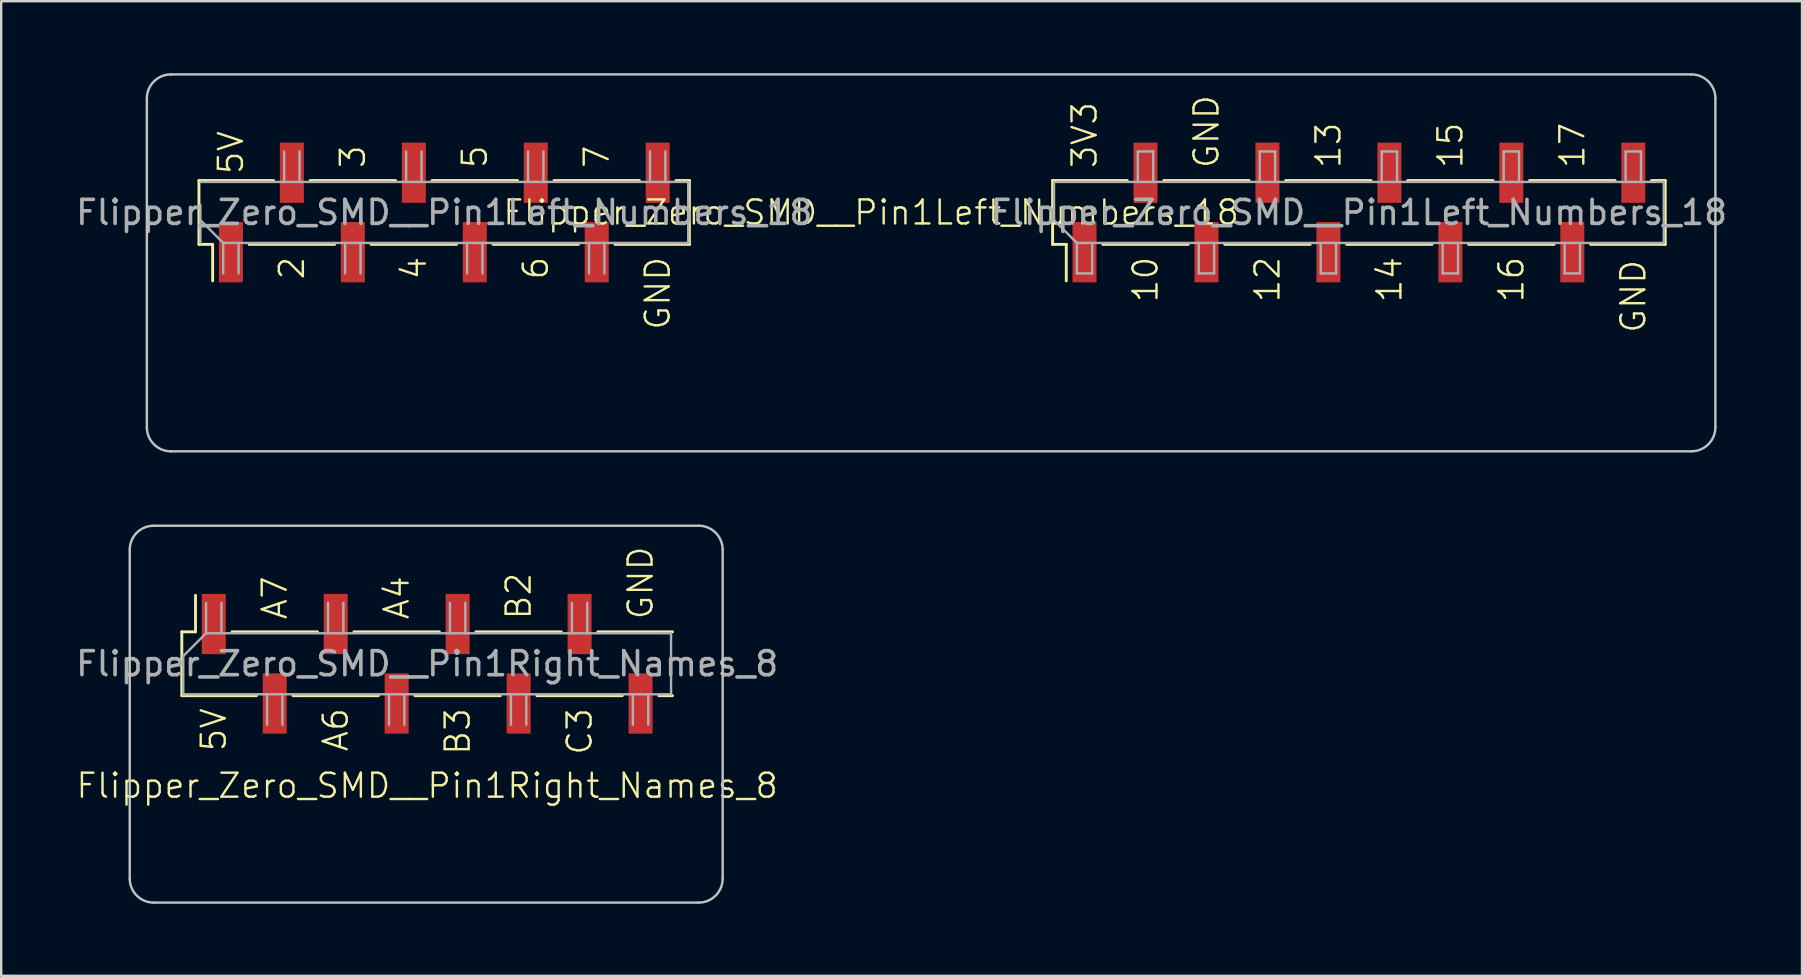
<source format=kicad_pcb>
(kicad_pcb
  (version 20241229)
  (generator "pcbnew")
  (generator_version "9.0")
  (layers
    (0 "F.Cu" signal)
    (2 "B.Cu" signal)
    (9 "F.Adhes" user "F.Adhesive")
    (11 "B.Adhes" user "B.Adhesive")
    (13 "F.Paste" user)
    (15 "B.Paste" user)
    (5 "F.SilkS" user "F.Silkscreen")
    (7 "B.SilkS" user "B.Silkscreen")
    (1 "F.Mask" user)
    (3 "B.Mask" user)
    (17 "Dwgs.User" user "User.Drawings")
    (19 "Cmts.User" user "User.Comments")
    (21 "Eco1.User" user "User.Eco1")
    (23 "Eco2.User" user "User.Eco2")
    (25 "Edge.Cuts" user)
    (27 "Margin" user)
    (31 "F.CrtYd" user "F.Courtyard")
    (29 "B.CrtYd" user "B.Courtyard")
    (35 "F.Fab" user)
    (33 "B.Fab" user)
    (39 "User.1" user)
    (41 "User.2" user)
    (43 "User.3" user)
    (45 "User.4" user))
  (footprint "Flipper_Zero_SMD__Pin1Left_Numbers_18"
    (layer "F.Cu")
    (at 6.568 5.8)
    (property "Reference" "Flipper_Zero_SMD__Pin1Left_Numbers_18" (at 26.67 0 0) (unlocked yes) (layer "F.SilkS") (effects (font (size 1 1) (thickness 0.1))))
    (attr smd)
    (fp_line (start -1.33 -1.33) (end 1.78 -1.33) (stroke (width 0.12) (type solid)) (layer "F.SilkS"))
    (fp_line (start -1.33 1.33) (end -1.33 -1.33) (stroke (width 0.12) (type solid)) (layer "F.SilkS"))
    (fp_line (start -1.33 1.33) (end -0.76 1.33) (stroke (width 0.12) (type solid)) (layer "F.SilkS"))
    (fp_line (start -0.76 1.33) (end -0.76 2.85) (stroke (width 0.12) (type solid)) (layer "F.SilkS"))
    (fp_line (start 0.76 1.33) (end 4.32 1.33) (stroke (width 0.12) (type solid)) (layer "F.SilkS"))
    (fp_line (start 3.3 -1.33) (end 6.86 -1.33) (stroke (width 0.12) (type solid)) (layer "F.SilkS"))
    (fp_line (start 5.84 1.33) (end 9.4 1.33) (stroke (width 0.12) (type solid)) (layer "F.SilkS"))
    (fp_line (start 8.38 -1.33) (end 11.94 -1.33) (stroke (width 0.12) (type solid)) (layer "F.SilkS"))
    (fp_line (start 10.92 1.33) (end 14.48 1.33) (stroke (width 0.12) (type solid)) (layer "F.SilkS"))
    (fp_line (start 13.46 -1.33) (end 17.02 -1.33) (stroke (width 0.12) (type solid)) (layer "F.SilkS"))
    (fp_line (start 16 1.33) (end 19.11 1.33) (stroke (width 0.12) (type solid)) (layer "F.SilkS"))
    (fp_line (start 18.54 -1.33) (end 19.11 -1.33) (stroke (width 0.12) (type solid)) (layer "F.SilkS"))
    (fp_line (start 19.11 1.33) (end 19.11 -1.33) (stroke (width 0.1) (type default)) (layer "F.SilkS"))
    (fp_line (start 34.23 -1.33) (end 34.23 1.33) (stroke (width 0.12) (type solid)) (layer "F.SilkS"))
    (fp_line (start 34.23 -1.33) (end 37.34 -1.33) (stroke (width 0.12) (type solid)) (layer "F.SilkS"))
    (fp_line (start 34.23 1.33) (end 34.8 1.33) (stroke (width 0.12) (type solid)) (layer "F.SilkS"))
    (fp_line (start 34.8 1.33) (end 34.8 2.85) (stroke (width 0.12) (type solid)) (layer "F.SilkS"))
    (fp_line (start 36.32 1.33) (end 39.88 1.33) (stroke (width 0.12) (type solid)) (layer "F.SilkS"))
    (fp_line (start 38.86 -1.33) (end 42.42 -1.33) (stroke (width 0.12) (type solid)) (layer "F.SilkS"))
    (fp_line (start 41.4 1.33) (end 44.96 1.33) (stroke (width 0.12) (type solid)) (layer "F.SilkS"))
    (fp_line (start 43.94 -1.33) (end 47.5 -1.33) (stroke (width 0.12) (type solid)) (layer "F.SilkS"))
    (fp_line (start 46.48 1.33) (end 50.04 1.33) (stroke (width 0.12) (type solid)) (layer "F.SilkS"))
    (fp_line (start 49.02 -1.33) (end 52.58 -1.33) (stroke (width 0.12) (type solid)) (layer "F.SilkS"))
    (fp_line (start 51.56 1.33) (end 55.12 1.33) (stroke (width 0.12) (type solid)) (layer "F.SilkS"))
    (fp_line (start 54.1 -1.33) (end 57.66 -1.33) (stroke (width 0.12) (type solid)) (layer "F.SilkS"))
    (fp_line (start 56.64 1.33) (end 59.75 1.33) (stroke (width 0.12) (type solid)) (layer "F.SilkS"))
    (fp_line (start 59.18 -1.33) (end 59.75 -1.33) (stroke (width 0.12) (type solid)) (layer "F.SilkS"))
    (fp_line (start 59.75 1.33) (end 59.75 -1.33) (stroke (width 0.12) (type solid)) (layer "F.SilkS"))
    (fp_line (start -3.5 8.95) (end -3.5 -4.75) (stroke (width 0.1) (type default)) (layer "Dwgs.User"))
    (fp_line (start -2.5 -5.75) (end 60.84 -5.75) (stroke (width 0.1) (type default)) (layer "Dwgs.User"))
    (fp_line (start -2.5 9.95) (end 60.84 9.95) (stroke (width 0.1) (type default)) (layer "Dwgs.User"))
    (fp_line (start 61.84 8.95) (end 61.84 -4.75) (stroke (width 0.1) (type default)) (layer "Dwgs.User"))
    (fp_arc (start -3.5 -4.75) (mid -3.207107 -5.457106) (end -2.5 -5.75) (stroke (width 0.1) (type default)) (layer "Dwgs.User"))
    (fp_arc (start -2.5 9.95) (mid -3.207106 9.657107) (end -3.5 8.95) (stroke (width 0.1) (type default)) (layer "Dwgs.User"))
    (fp_arc (start 60.84 -5.75) (mid 61.547106 -5.457107) (end 61.84 -4.75) (stroke (width 0.1) (type default)) (layer "Dwgs.User"))
    (fp_arc (start 61.84 8.95) (mid 61.547107 9.657106) (end 60.84 9.95) (stroke (width 0.1) (type default)) (layer "Dwgs.User"))
    (fp_line (start -1.27 -1.27) (end 19.05 -1.27) (stroke (width 0.1) (type solid)) (layer "F.Fab"))
    (fp_line (start -1.27 1.27) (end -1.27 -0.32) (stroke (width 0.1) (type solid)) (layer "F.Fab"))
    (fp_line (start -0.32 1.27) (end -1.27 0.32) (stroke (width 0.1) (type solid)) (layer "F.Fab"))
    (fp_line (start -0.32 1.27) (end -0.32 2.54) (stroke (width 0.1) (type solid)) (layer "F.Fab"))
    (fp_line (start 0.32 2.54) (end 0.32 1.27) (stroke (width 0.1) (type solid)) (layer "F.Fab"))
    (fp_line (start 2.22 -1.27) (end 2.22 -2.54) (stroke (width 0.1) (type solid)) (layer "F.Fab"))
    (fp_line (start 2.86 -2.54) (end 2.86 -1.27) (stroke (width 0.1) (type solid)) (layer "F.Fab"))
    (fp_line (start 4.76 1.27) (end 4.76 2.54) (stroke (width 0.1) (type solid)) (layer "F.Fab"))
    (fp_line (start 5.4 2.54) (end 5.4 1.27) (stroke (width 0.1) (type solid)) (layer "F.Fab"))
    (fp_line (start 7.3 -1.27) (end 7.3 -2.54) (stroke (width 0.1) (type solid)) (layer "F.Fab"))
    (fp_line (start 7.94 -2.54) (end 7.94 -1.27) (stroke (width 0.1) (type solid)) (layer "F.Fab"))
    (fp_line (start 9.84 1.27) (end 9.84 2.54) (stroke (width 0.1) (type solid)) (layer "F.Fab"))
    (fp_line (start 10.48 2.54) (end 10.48 1.27) (stroke (width 0.1) (type solid)) (layer "F.Fab"))
    (fp_line (start 12.38 -1.27) (end 12.38 -2.54) (stroke (width 0.1) (type solid)) (layer "F.Fab"))
    (fp_line (start 13.02 -2.54) (end 13.02 -1.27) (stroke (width 0.1) (type solid)) (layer "F.Fab"))
    (fp_line (start 14.92 1.27) (end 14.92 2.54) (stroke (width 0.1) (type solid)) (layer "F.Fab"))
    (fp_line (start 15.56 2.54) (end 15.56 1.27) (stroke (width 0.1) (type solid)) (layer "F.Fab"))
    (fp_line (start 17.46 -1.27) (end 17.46 -2.54) (stroke (width 0.1) (type solid)) (layer "F.Fab"))
    (fp_line (start 18.1 -2.54) (end 18.1 -1.27) (stroke (width 0.1) (type solid)) (layer "F.Fab"))
    (fp_line (start 19.05 1.27) (end -0.32 1.27) (stroke (width 0.1) (type solid)) (layer "F.Fab"))
    (fp_line (start 19.05 1.27) (end 19.05 -1.27) (stroke (width 0.1) (type solid)) (layer "F.Fab"))
    (fp_line (start 34.29 -1.27) (end 34.29 0.32) (stroke (width 0.1) (type solid)) (layer "F.Fab"))
    (fp_line (start 34.29 -1.27) (end 59.69 -1.27) (stroke (width 0.1) (type solid)) (layer "F.Fab"))
    (fp_line (start 35.24 1.27) (end 34.29 0.32) (stroke (width 0.1) (type solid)) (layer "F.Fab"))
    (fp_line (start 35.24 1.27) (end 35.24 2.54) (stroke (width 0.1) (type solid)) (layer "F.Fab"))
    (fp_line (start 35.24 2.54) (end 35.88 2.54) (stroke (width 0.1) (type solid)) (layer "F.Fab"))
    (fp_line (start 35.88 2.54) (end 35.88 1.27) (stroke (width 0.1) (type solid)) (layer "F.Fab"))
    (fp_line (start 37.78 -2.54) (end 38.42 -2.54) (stroke (width 0.1) (type solid)) (layer "F.Fab"))
    (fp_line (start 37.78 -1.27) (end 37.78 -2.54) (stroke (width 0.1) (type solid)) (layer "F.Fab"))
    (fp_line (start 38.42 -2.54) (end 38.42 -1.27) (stroke (width 0.1) (type solid)) (layer "F.Fab"))
    (fp_line (start 40.32 1.27) (end 40.32 2.54) (stroke (width 0.1) (type solid)) (layer "F.Fab"))
    (fp_line (start 40.32 2.54) (end 40.96 2.54) (stroke (width 0.1) (type solid)) (layer "F.Fab"))
    (fp_line (start 40.96 2.54) (end 40.96 1.27) (stroke (width 0.1) (type solid)) (layer "F.Fab"))
    (fp_line (start 42.86 -2.54) (end 43.5 -2.54) (stroke (width 0.1) (type solid)) (layer "F.Fab"))
    (fp_line (start 42.86 -1.27) (end 42.86 -2.54) (stroke (width 0.1) (type solid)) (layer "F.Fab"))
    (fp_line (start 43.5 -2.54) (end 43.5 -1.27) (stroke (width 0.1) (type solid)) (layer "F.Fab"))
    (fp_line (start 45.4 1.27) (end 45.4 2.54) (stroke (width 0.1) (type solid)) (layer "F.Fab"))
    (fp_line (start 45.4 2.54) (end 46.04 2.54) (stroke (width 0.1) (type solid)) (layer "F.Fab"))
    (fp_line (start 46.04 2.54) (end 46.04 1.27) (stroke (width 0.1) (type solid)) (layer "F.Fab"))
    (fp_line (start 47.94 -2.54) (end 48.58 -2.54) (stroke (width 0.1) (type solid)) (layer "F.Fab"))
    (fp_line (start 47.94 -1.27) (end 47.94 -2.54) (stroke (width 0.1) (type solid)) (layer "F.Fab"))
    (fp_line (start 48.58 -2.54) (end 48.58 -1.27) (stroke (width 0.1) (type solid)) (layer "F.Fab"))
    (fp_line (start 50.48 1.27) (end 50.48 2.54) (stroke (width 0.1) (type solid)) (layer "F.Fab"))
    (fp_line (start 50.48 2.54) (end 51.12 2.54) (stroke (width 0.1) (type solid)) (layer "F.Fab"))
    (fp_line (start 51.12 2.54) (end 51.12 1.27) (stroke (width 0.1) (type solid)) (layer "F.Fab"))
    (fp_line (start 53.02 -2.54) (end 53.66 -2.54) (stroke (width 0.1) (type solid)) (layer "F.Fab"))
    (fp_line (start 53.02 -1.27) (end 53.02 -2.54) (stroke (width 0.1) (type solid)) (layer "F.Fab"))
    (fp_line (start 53.66 -2.54) (end 53.66 -1.27) (stroke (width 0.1) (type solid)) (layer "F.Fab"))
    (fp_line (start 55.56 1.27) (end 55.56 2.54) (stroke (width 0.1) (type solid)) (layer "F.Fab"))
    (fp_line (start 55.56 2.54) (end 56.2 2.54) (stroke (width 0.1) (type solid)) (layer "F.Fab"))
    (fp_line (start 56.2 2.54) (end 56.2 1.27) (stroke (width 0.1) (type solid)) (layer "F.Fab"))
    (fp_line (start 58.1 -2.54) (end 58.74 -2.54) (stroke (width 0.1) (type solid)) (layer "F.Fab"))
    (fp_line (start 58.1 -1.27) (end 58.1 -2.54) (stroke (width 0.1) (type solid)) (layer "F.Fab"))
    (fp_line (start 58.74 -2.54) (end 58.74 -1.27) (stroke (width 0.1) (type solid)) (layer "F.Fab"))
    (fp_line (start 59.69 -1.27) (end 59.69 1.27) (stroke (width 0.1) (type solid)) (layer "F.Fab"))
    (fp_line (start 59.69 1.27) (end 35.24 1.27) (stroke (width 0.1) (type solid)) (layer "F.Fab"))
    (fp_text user "2" (at 2.54 1.778 90) (unlocked yes) (layer "F.SilkS") (effects (font (size 1 1) (thickness 0.1)) (justify right)))
    (fp_text user "15" (at 50.8 -1.778 90) (unlocked yes) (layer "F.SilkS") (effects (font (size 1 1) (thickness 0.1)) (justify left)))
    (fp_text user "17" (at 55.88 -1.778 90) (unlocked yes) (layer "F.SilkS") (effects (font (size 1 1) (thickness 0.1)) (justify left)))
    (fp_text user "12" (at 43.18 1.778 90) (unlocked yes) (layer "F.SilkS") (effects (font (size 1 1) (thickness 0.1)) (justify right)))
    (fp_text user "7" (at 15.24 -1.778 90) (unlocked yes) (layer "F.SilkS") (effects (font (size 1 1) (thickness 0.1)) (justify left)))
    (fp_text user "GND" (at 17.78 1.778 90) (unlocked yes) (layer "F.SilkS") (effects (font (size 1 1) (thickness 0.1)) (justify right)))
    (fp_text user "14" (at 48.26 1.778 90) (unlocked yes) (layer "F.SilkS") (effects (font (size 1 1) (thickness 0.1)) (justify right)))
    (fp_text user "16" (at 53.34 1.778 90) (unlocked yes) (layer "F.SilkS") (effects (font (size 1 1) (thickness 0.1)) (justify right)))
    (fp_text user "GND" (at 58.42 1.905 90) (unlocked yes) (layer "F.SilkS") (effects (font (size 1 1) (thickness 0.1)) (justify right)))
    (fp_text user "4" (at 7.62 1.778 90) (unlocked yes) (layer "F.SilkS") (effects (font (size 1 1) (thickness 0.1)) (justify right)))
    (fp_text user "GND" (at 40.64 -1.778 90) (unlocked yes) (layer "F.SilkS") (effects (font (size 1 1) (thickness 0.1)) (justify left)))
    (fp_text user "10" (at 38.1 1.778 90) (unlocked yes) (layer "F.SilkS") (effects (font (size 1 1) (thickness 0.1)) (justify right)))
    (fp_text user "6" (at 12.7 1.778 90) (unlocked yes) (layer "F.SilkS") (effects (font (size 1 1) (thickness 0.1)) (justify right)))
    (fp_text user "3" (at 5.08 -1.778 90) (unlocked yes) (layer "F.SilkS") (effects (font (size 1 1) (thickness 0.1)) (justify left)))
    (fp_text user "5V" (at 0 -1.524 90) (unlocked yes) (layer "F.SilkS") (effects (font (size 1 1) (thickness 0.1)) (justify left)))
    (fp_text user "13" (at 45.72 -1.778 90) (unlocked yes) (layer "F.SilkS") (effects (font (size 1 1) (thickness 0.1)) (justify left)))
    (fp_text user "3V3" (at 35.56 -1.778 90) (unlocked yes) (layer "F.SilkS") (effects (font (size 1 1) (thickness 0.1)) (justify left)))
    (fp_text user "5" (at 10.16 -1.778 90) (unlocked yes) (layer "F.SilkS") (effects (font (size 1 1) (thickness 0.1)) (justify left)))
    (fp_text user "${REFERENCE}" (at 46.99 0 180) (layer "F.Fab") (effects (font (size 1 1) (thickness 0.15))))
    (fp_text user "${REFERENCE}" (at 8.89 0 180) (layer "F.Fab") (effects (font (size 1 1) (thickness 0.15))))
    (pad "1" smd rect (at 0 1.655 270) (size 2.51 1) (layers "F.Cu" "F.Mask" "F.Paste"))
    (pad "2" smd rect (at 2.54 -1.655 270) (size 2.51 1) (layers "F.Cu" "F.Mask" "F.Paste"))
    (pad "3" smd rect (at 5.08 1.655 270) (size 2.51 1) (layers "F.Cu" "F.Mask" "F.Paste"))
    (pad "4" smd rect (at 7.62 -1.655 270) (size 2.51 1) (layers "F.Cu" "F.Mask" "F.Paste"))
    (pad "5" smd rect (at 10.16 1.655 270) (size 2.51 1) (layers "F.Cu" "F.Mask" "F.Paste"))
    (pad "6" smd rect (at 12.7 -1.655 270) (size 2.51 1) (layers "F.Cu" "F.Mask" "F.Paste"))
    (pad "7" smd rect (at 15.24 1.655 270) (size 2.51 1) (layers "F.Cu" "F.Mask" "F.Paste"))
    (pad "8" smd rect (at 17.78 -1.655 270) (size 2.51 1) (layers "F.Cu" "F.Mask" "F.Paste"))
    (pad "9" smd rect (at 35.56 1.655 270) (size 2.51 1) (layers "F.Cu" "F.Mask" "F.Paste"))
    (pad "10" smd rect (at 38.1 -1.655 270) (size 2.51 1) (layers "F.Cu" "F.Mask" "F.Paste"))
    (pad "11" smd rect (at 40.64 1.655 270) (size 2.51 1) (layers "F.Cu" "F.Mask" "F.Paste"))
    (pad "12" smd rect (at 43.18 -1.655 270) (size 2.51 1) (layers "F.Cu" "F.Mask" "F.Paste"))
    (pad "13" smd rect (at 45.72 1.655 270) (size 2.51 1) (layers "F.Cu" "F.Mask" "F.Paste"))
    (pad "14" smd rect (at 48.26 -1.655 270) (size 2.51 1) (layers "F.Cu" "F.Mask" "F.Paste"))
    (pad "15" smd rect (at 50.8 1.655 270) (size 2.51 1) (layers "F.Cu" "F.Mask" "F.Paste"))
    (pad "16" smd rect (at 53.34 -1.655 270) (size 2.51 1) (layers "F.Cu" "F.Mask" "F.Paste"))
    (pad "17" smd rect (at 55.88 1.655 270) (size 2.51 1) (layers "F.Cu" "F.Mask" "F.Paste"))
    (pad "18" smd rect (at 58.42 -1.655 270) (size 2.51 1) (layers "F.Cu" "F.Mask" "F.Paste")))
  (footprint "Flipper_Zero_SMD__Pin1Right_Names_8"
    (layer "F.Cu")
    (at 5.854 24.6)
    (property "Reference" "Flipper_Zero_SMD__Pin1Right_Names_8" (at 8.89 5.08 0) (unlocked yes) (layer "F.SilkS") (effects (font (size 1 1) (thickness 0.1))))
    (attr smd)
    (fp_line (start -1.33 -1.33) (end -0.76 -1.33) (stroke (width 0.12) (type solid)) (layer "F.SilkS"))
    (fp_line (start -1.33 1.33) (end -1.33 -1.33) (stroke (width 0.12) (type solid)) (layer "F.SilkS"))
    (fp_line (start -1.33 1.33) (end 1.78 1.33) (stroke (width 0.12) (type solid)) (layer "F.SilkS"))
    (fp_line (start -0.76 -1.33) (end -0.76 -2.85) (stroke (width 0.12) (type solid)) (layer "F.SilkS"))
    (fp_line (start 0.76 -1.33) (end 4.32 -1.33) (stroke (width 0.12) (type solid)) (layer "F.SilkS"))
    (fp_line (start 3.3 1.33) (end 6.86 1.33) (stroke (width 0.12) (type solid)) (layer "F.SilkS"))
    (fp_line (start 5.84 -1.33) (end 9.4 -1.33) (stroke (width 0.12) (type solid)) (layer "F.SilkS"))
    (fp_line (start 8.38 1.33) (end 11.94 1.33) (stroke (width 0.12) (type solid)) (layer "F.SilkS"))
    (fp_line (start 10.92 -1.33) (end 14.48 -1.33) (stroke (width 0.12) (type solid)) (layer "F.SilkS"))
    (fp_line (start 13.46 1.33) (end 17.02 1.33) (stroke (width 0.12) (type solid)) (layer "F.SilkS"))
    (fp_line (start 16 -1.33) (end 19.11 -1.33) (stroke (width 0.12) (type solid)) (layer "F.SilkS"))
    (fp_line (start 18.54 1.33) (end 19.11 1.33) (stroke (width 0.12) (type solid)) (layer "F.SilkS"))
    (fp_line (start -3.5 8.95) (end -3.5 -4.75) (stroke (width 0.1) (type default)) (layer "Dwgs.User"))
    (fp_line (start -2.5 -5.75) (end 20.2 -5.75) (stroke (width 0.1) (type default)) (layer "Dwgs.User"))
    (fp_line (start -2.5 9.95) (end 20.2 9.95) (stroke (width 0.1) (type default)) (layer "Dwgs.User"))
    (fp_line (start 21.2 8.95) (end 21.2 -4.75) (stroke (width 0.1) (type default)) (layer "Dwgs.User"))
    (fp_arc (start -3.5 -4.75) (mid -3.207107 -5.457106) (end -2.5 -5.75) (stroke (width 0.1) (type default)) (layer "Dwgs.User"))
    (fp_arc (start -2.5 9.95) (mid -3.207106 9.657107) (end -3.5 8.95) (stroke (width 0.1) (type default)) (layer "Dwgs.User"))
    (fp_arc (start 20.2 -5.75) (mid 20.907106 -5.457107) (end 21.2 -4.75) (stroke (width 0.1) (type default)) (layer "Dwgs.User"))
    (fp_arc (start 21.2 8.95) (mid 20.907107 9.657106) (end 20.2 9.95) (stroke (width 0.1) (type default)) (layer "Dwgs.User"))
    (fp_line (start -1.27 1.27) (end -1.27 -0.32) (stroke (width 0.1) (type solid)) (layer "F.Fab"))
    (fp_line (start -1.27 1.27) (end 19.05 1.27) (stroke (width 0.1) (type solid)) (layer "F.Fab"))
    (fp_line (start -0.32 -1.27) (end -1.27 -0.32) (stroke (width 0.1) (type solid)) (layer "F.Fab"))
    (fp_line (start -0.32 -1.27) (end -0.32 -2.54) (stroke (width 0.1) (type solid)) (layer "F.Fab"))
    (fp_line (start 0.32 -2.54) (end 0.32 -1.27) (stroke (width 0.1) (type solid)) (layer "F.Fab"))
    (fp_line (start 2.22 1.27) (end 2.22 2.54) (stroke (width 0.1) (type solid)) (layer "F.Fab"))
    (fp_line (start 2.86 2.54) (end 2.86 1.27) (stroke (width 0.1) (type solid)) (layer "F.Fab"))
    (fp_line (start 4.76 -1.27) (end 4.76 -2.54) (stroke (width 0.1) (type solid)) (layer "F.Fab"))
    (fp_line (start 5.4 -2.54) (end 5.4 -1.27) (stroke (width 0.1) (type solid)) (layer "F.Fab"))
    (fp_line (start 7.3 1.27) (end 7.3 2.54) (stroke (width 0.1) (type solid)) (layer "F.Fab"))
    (fp_line (start 7.94 2.54) (end 7.94 1.27) (stroke (width 0.1) (type solid)) (layer "F.Fab"))
    (fp_line (start 9.84 -1.27) (end 9.84 -2.54) (stroke (width 0.1) (type solid)) (layer "F.Fab"))
    (fp_line (start 10.48 -2.54) (end 10.48 -1.27) (stroke (width 0.1) (type solid)) (layer "F.Fab"))
    (fp_line (start 12.38 1.27) (end 12.38 2.54) (stroke (width 0.1) (type solid)) (layer "F.Fab"))
    (fp_line (start 13.02 2.54) (end 13.02 1.27) (stroke (width 0.1) (type solid)) (layer "F.Fab"))
    (fp_line (start 14.92 -1.27) (end 14.92 -2.54) (stroke (width 0.1) (type solid)) (layer "F.Fab"))
    (fp_line (start 15.56 -2.54) (end 15.56 -1.27) (stroke (width 0.1) (type solid)) (layer "F.Fab"))
    (fp_line (start 17.46 1.27) (end 17.46 2.54) (stroke (width 0.1) (type solid)) (layer "F.Fab"))
    (fp_line (start 18.1 2.54) (end 18.1 1.27) (stroke (width 0.1) (type solid)) (layer "F.Fab"))
    (fp_line (start 19.05 -1.27) (end -0.32 -1.27) (stroke (width 0.1) (type solid)) (layer "F.Fab"))
    (fp_line (start 19.05 -1.27) (end 19.05 1.27) (stroke (width 0.1) (type solid)) (layer "F.Fab"))
    (fp_text user "A6" (at 5.08 1.778 90) (unlocked yes) (layer "F.SilkS") (effects (font (size 1 1) (thickness 0.1)) (justify right)))
    (fp_text user "A7" (at 2.54 -1.778 90) (unlocked yes) (layer "F.SilkS") (effects (font (size 1 1) (thickness 0.1)) (justify left)))
    (fp_text user "A4" (at 7.62 -1.778 90) (unlocked yes) (layer "F.SilkS") (effects (font (size 1 1) (thickness 0.1)) (justify left)))
    (fp_text user "C3" (at 15.24 1.778 90) (unlocked yes) (layer "F.SilkS") (effects (font (size 1 1) (thickness 0.1)) (justify right)))
    (fp_text user "B2" (at 12.7 -1.778 90) (unlocked yes) (layer "F.SilkS") (effects (font (size 1 1) (thickness 0.1)) (justify left)))
    (fp_text user "5V" (at 0 1.778 90) (unlocked yes) (layer "F.SilkS") (effects (font (size 1 1) (thickness 0.1)) (justify right)))
    (fp_text user "B3" (at 10.16 1.778 90) (unlocked yes) (layer "F.SilkS") (effects (font (size 1 1) (thickness 0.1)) (justify right)))
    (fp_text user "GND" (at 17.78 -1.778 90) (unlocked yes) (layer "F.SilkS") (effects (font (size 1 1) (thickness 0.1)) (justify left)))
    (fp_text user "${REFERENCE}" (at 8.89 0 180) (layer "F.Fab") (effects (font (size 1 1) (thickness 0.15))))
    (pad "1" smd rect (at 0 -1.655 90) (size 2.51 1) (layers "F.Cu" "F.Mask" "F.Paste"))
    (pad "2" smd rect (at 2.54 1.655 90) (size 2.51 1) (layers "F.Cu" "F.Mask" "F.Paste"))
    (pad "3" smd rect (at 5.08 -1.655 90) (size 2.51 1) (layers "F.Cu" "F.Mask" "F.Paste"))
    (pad "4" smd rect (at 7.62 1.655 90) (size 2.51 1) (layers "F.Cu" "F.Mask" "F.Paste"))
    (pad "5" smd rect (at 10.16 -1.655 90) (size 2.51 1) (layers "F.Cu" "F.Mask" "F.Paste"))
    (pad "6" smd rect (at 12.7 1.655 90) (size 2.51 1) (layers "F.Cu" "F.Mask" "F.Paste"))
    (pad "7" smd rect (at 15.24 -1.655 90) (size 2.51 1) (layers "F.Cu" "F.Mask" "F.Paste"))
    (pad "8" smd rect (at 17.78 1.655 90) (size 2.51 1) (layers "F.Cu" "F.Mask" "F.Paste")))
  (gr_rect
    (start -3 -3)
    (end 72.017 37.6)
    (stroke (width 0.1) (type default))
    (fill no)
    (layer "Edge.Cuts")))
</source>
